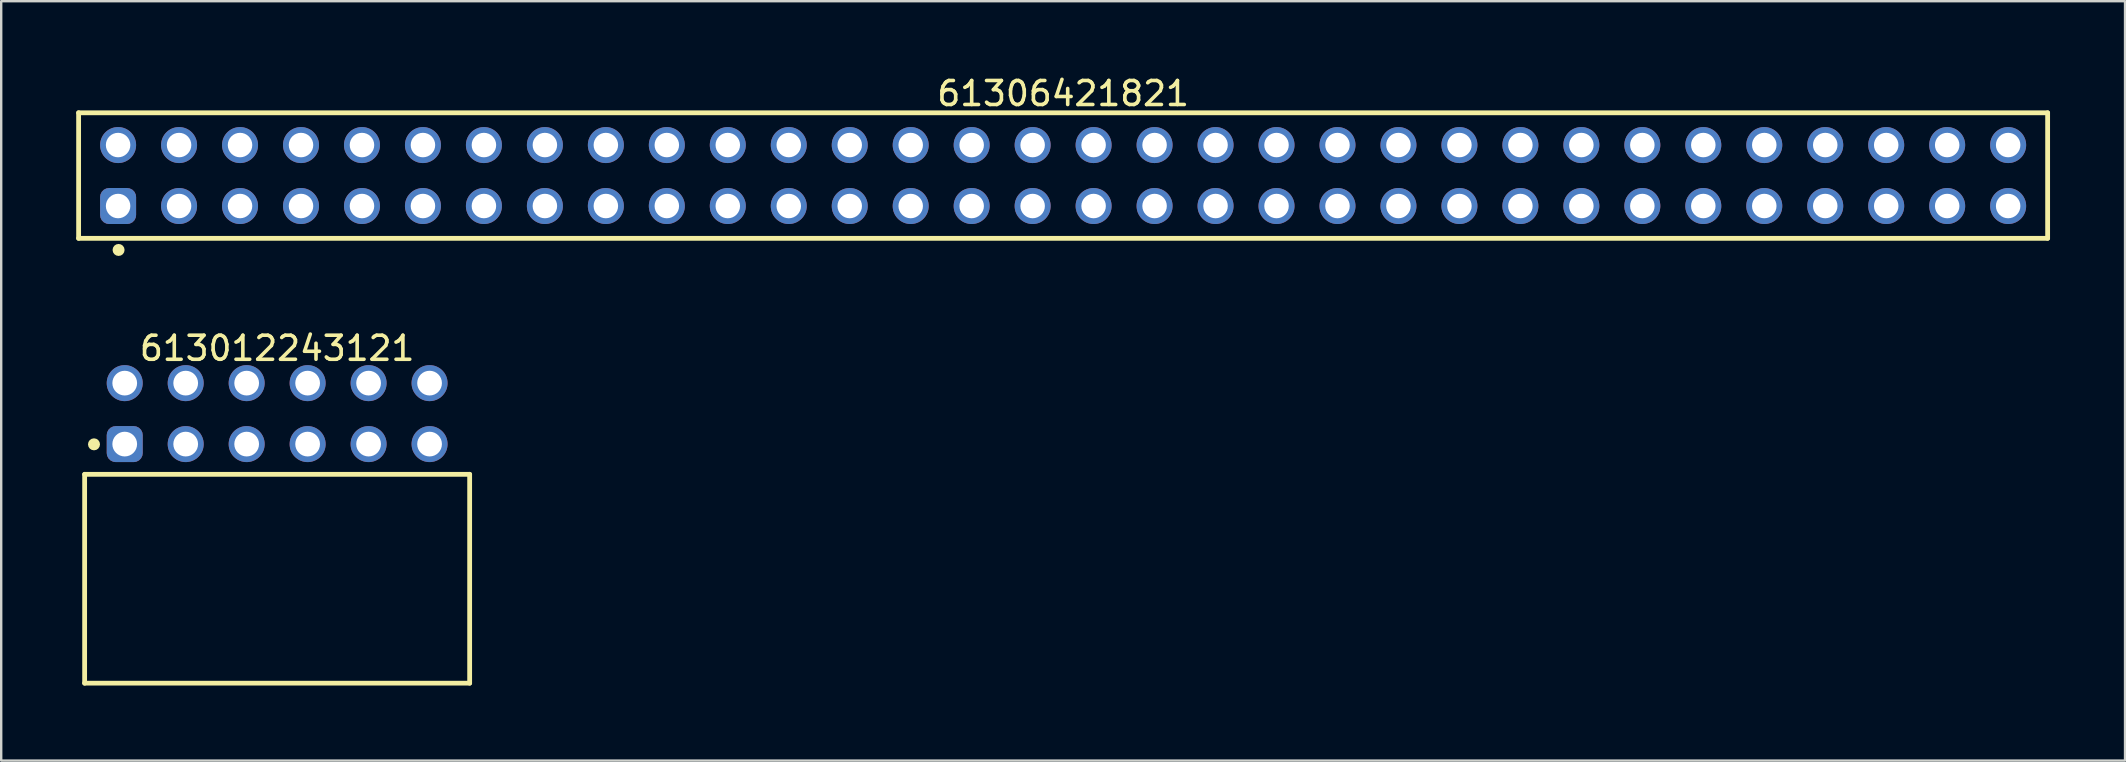
<source format=kicad_pcb>
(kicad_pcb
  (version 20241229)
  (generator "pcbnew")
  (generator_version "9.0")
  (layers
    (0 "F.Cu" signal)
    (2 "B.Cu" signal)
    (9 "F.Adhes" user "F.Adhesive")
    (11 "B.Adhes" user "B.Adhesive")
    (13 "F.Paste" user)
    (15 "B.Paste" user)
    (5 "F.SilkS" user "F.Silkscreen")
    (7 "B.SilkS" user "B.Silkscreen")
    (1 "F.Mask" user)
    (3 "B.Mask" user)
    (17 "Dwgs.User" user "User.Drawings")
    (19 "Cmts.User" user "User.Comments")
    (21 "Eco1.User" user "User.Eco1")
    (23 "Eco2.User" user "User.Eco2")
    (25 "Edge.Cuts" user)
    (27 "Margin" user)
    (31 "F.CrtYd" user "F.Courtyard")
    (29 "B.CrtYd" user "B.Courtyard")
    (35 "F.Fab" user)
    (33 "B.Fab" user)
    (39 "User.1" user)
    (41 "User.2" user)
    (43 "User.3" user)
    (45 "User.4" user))
  (footprint "61306421821"
    (layer "F.Cu")
    (at 41.24 4.263)
    (property "Reference" "61306421821" (at 0 -3.415 0) (layer "F.SilkS") (effects (font (size 1 1) (thickness 0.15))))
    (fp_line (start -41.015 -2.615) (end 41.015 -2.615) (stroke (width 0.2) (type solid)) (layer "F.SilkS"))
    (fp_line (start -41.015 2.615) (end -41.015 -2.615) (stroke (width 0.2) (type solid)) (layer "F.SilkS"))
    (fp_line (start -41.015 2.615) (end 41.015 2.615) (stroke (width 0.2) (type solid)) (layer "F.SilkS"))
    (fp_line (start 41.015 2.615) (end 41.015 -2.615) (stroke (width 0.2) (type solid)) (layer "F.SilkS"))
    (fp_circle (center -39.35 3.1) (end -39.35 2.975) (stroke (width 0.25) (type solid)) (fill no) (layer "F.SilkS"))
    (fp_line (start -41.215 -2.815) (end 41.215 -2.815) (stroke (width 0.05) (type solid)) (layer "Eco2.User"))
    (fp_line (start -41.215 2.815) (end -41.215 -2.815) (stroke (width 0.05) (type solid)) (layer "Eco2.User"))
    (fp_line (start -41.215 2.815) (end 41.215 2.815) (stroke (width 0.05) (type solid)) (layer "Eco2.User"))
    (fp_line (start -40.89 -2.54) (end 40.89 -2.54) (stroke (width 0.1) (type solid)) (layer "Eco2.User"))
    (fp_line (start -40.89 2.54) (end -40.89 -2.54) (stroke (width 0.1) (type solid)) (layer "Eco2.User"))
    (fp_line (start -40.89 2.54) (end 40.89 2.54) (stroke (width 0.1) (type solid)) (layer "Eco2.User"))
    (fp_line (start -0.5 0) (end 0.5 0) (stroke (width 0.05) (type solid)) (layer "Eco2.User"))
    (fp_line (start 0 0.5) (end 0 -0.5) (stroke (width 0.05) (type solid)) (layer "Eco2.User"))
    (fp_line (start 40.89 2.54) (end 40.89 -2.54) (stroke (width 0.1) (type solid)) (layer "Eco2.User"))
    (fp_line (start 41.215 2.815) (end 41.215 -2.815) (stroke (width 0.05) (type solid)) (layer "Eco2.User"))
    (fp_text user "${REFERENCE}" (at 0.15 -0.197 0) (unlocked yes) (layer "User.3") (effects (font (size 1.5 1.5) (thickness 0.15))))
    (pad "1" thru_hole roundrect (at -39.37 1.27) (size 1.5 1.5) (drill 1.02) (layers "*.Cu" "*.Mask") (roundrect_rratio 0.25))
    (pad "2" thru_hole circle (at -39.37 -1.27) (size 1.5 1.5) (drill 1.02) (layers "*.Cu" "*.Mask"))
    (pad "3" thru_hole circle (at -36.83 1.27) (size 1.5 1.5) (drill 1.02) (layers "*.Cu" "*.Mask"))
    (pad "4" thru_hole circle (at -36.83 -1.27) (size 1.5 1.5) (drill 1.02) (layers "*.Cu" "*.Mask"))
    (pad "5" thru_hole circle (at -34.29 1.27) (size 1.5 1.5) (drill 1.02) (layers "*.Cu" "*.Mask"))
    (pad "6" thru_hole circle (at -34.29 -1.27) (size 1.5 1.5) (drill 1.02) (layers "*.Cu" "*.Mask"))
    (pad "7" thru_hole circle (at -31.75 1.27) (size 1.5 1.5) (drill 1.02) (layers "*.Cu" "*.Mask"))
    (pad "8" thru_hole circle (at -31.75 -1.27) (size 1.5 1.5) (drill 1.02) (layers "*.Cu" "*.Mask"))
    (pad "9" thru_hole circle (at -29.21 1.27) (size 1.5 1.5) (drill 1.02) (layers "*.Cu" "*.Mask"))
    (pad "10" thru_hole circle (at -29.21 -1.27) (size 1.5 1.5) (drill 1.02) (layers "*.Cu" "*.Mask"))
    (pad "11" thru_hole circle (at -26.67 1.27) (size 1.5 1.5) (drill 1.02) (layers "*.Cu" "*.Mask"))
    (pad "12" thru_hole circle (at -26.67 -1.27) (size 1.5 1.5) (drill 1.02) (layers "*.Cu" "*.Mask"))
    (pad "13" thru_hole circle (at -24.13 1.27) (size 1.5 1.5) (drill 1.02) (layers "*.Cu" "*.Mask"))
    (pad "14" thru_hole circle (at -24.13 -1.27) (size 1.5 1.5) (drill 1.02) (layers "*.Cu" "*.Mask"))
    (pad "15" thru_hole circle (at -21.59 1.27) (size 1.5 1.5) (drill 1.02) (layers "*.Cu" "*.Mask"))
    (pad "16" thru_hole circle (at -21.59 -1.27) (size 1.5 1.5) (drill 1.02) (layers "*.Cu" "*.Mask"))
    (pad "17" thru_hole circle (at -19.05 1.27) (size 1.5 1.5) (drill 1.02) (layers "*.Cu" "*.Mask"))
    (pad "18" thru_hole circle (at -19.05 -1.27) (size 1.5 1.5) (drill 1.02) (layers "*.Cu" "*.Mask"))
    (pad "19" thru_hole circle (at -16.51 1.27) (size 1.5 1.5) (drill 1.02) (layers "*.Cu" "*.Mask"))
    (pad "20" thru_hole circle (at -16.51 -1.27) (size 1.5 1.5) (drill 1.02) (layers "*.Cu" "*.Mask"))
    (pad "21" thru_hole circle (at -13.97 1.27) (size 1.5 1.5) (drill 1.02) (layers "*.Cu" "*.Mask"))
    (pad "22" thru_hole circle (at -13.97 -1.27) (size 1.5 1.5) (drill 1.02) (layers "*.Cu" "*.Mask"))
    (pad "23" thru_hole circle (at -11.43 1.27) (size 1.5 1.5) (drill 1.02) (layers "*.Cu" "*.Mask"))
    (pad "24" thru_hole circle (at -11.43 -1.27) (size 1.5 1.5) (drill 1.02) (layers "*.Cu" "*.Mask"))
    (pad "25" thru_hole circle (at -8.89 1.27) (size 1.5 1.5) (drill 1.02) (layers "*.Cu" "*.Mask"))
    (pad "26" thru_hole circle (at -8.89 -1.27) (size 1.5 1.5) (drill 1.02) (layers "*.Cu" "*.Mask"))
    (pad "27" thru_hole circle (at -6.35 1.27) (size 1.5 1.5) (drill 1.02) (layers "*.Cu" "*.Mask"))
    (pad "28" thru_hole circle (at -6.35 -1.27) (size 1.5 1.5) (drill 1.02) (layers "*.Cu" "*.Mask"))
    (pad "29" thru_hole circle (at -3.81 1.27) (size 1.5 1.5) (drill 1.02) (layers "*.Cu" "*.Mask"))
    (pad "30" thru_hole circle (at -3.81 -1.27) (size 1.5 1.5) (drill 1.02) (layers "*.Cu" "*.Mask"))
    (pad "31" thru_hole circle (at -1.27 1.27) (size 1.5 1.5) (drill 1.02) (layers "*.Cu" "*.Mask"))
    (pad "32" thru_hole circle (at -1.27 -1.27) (size 1.5 1.5) (drill 1.02) (layers "*.Cu" "*.Mask"))
    (pad "33" thru_hole circle (at 1.27 1.27) (size 1.5 1.5) (drill 1.02) (layers "*.Cu" "*.Mask"))
    (pad "34" thru_hole circle (at 1.27 -1.27) (size 1.5 1.5) (drill 1.02) (layers "*.Cu" "*.Mask"))
    (pad "35" thru_hole circle (at 3.81 1.27) (size 1.5 1.5) (drill 1.02) (layers "*.Cu" "*.Mask"))
    (pad "36" thru_hole circle (at 3.81 -1.27) (size 1.5 1.5) (drill 1.02) (layers "*.Cu" "*.Mask"))
    (pad "37" thru_hole circle (at 6.35 1.27) (size 1.5 1.5) (drill 1.02) (layers "*.Cu" "*.Mask"))
    (pad "38" thru_hole circle (at 6.35 -1.27) (size 1.5 1.5) (drill 1.02) (layers "*.Cu" "*.Mask"))
    (pad "39" thru_hole circle (at 8.89 1.27) (size 1.5 1.5) (drill 1.02) (layers "*.Cu" "*.Mask"))
    (pad "40" thru_hole circle (at 8.89 -1.27) (size 1.5 1.5) (drill 1.02) (layers "*.Cu" "*.Mask"))
    (pad "41" thru_hole circle (at 11.43 1.27) (size 1.5 1.5) (drill 1.02) (layers "*.Cu" "*.Mask"))
    (pad "42" thru_hole circle (at 11.43 -1.27) (size 1.5 1.5) (drill 1.02) (layers "*.Cu" "*.Mask"))
    (pad "43" thru_hole circle (at 13.97 1.27) (size 1.5 1.5) (drill 1.02) (layers "*.Cu" "*.Mask"))
    (pad "44" thru_hole circle (at 13.97 -1.27) (size 1.5 1.5) (drill 1.02) (layers "*.Cu" "*.Mask"))
    (pad "45" thru_hole circle (at 16.51 1.27) (size 1.5 1.5) (drill 1.02) (layers "*.Cu" "*.Mask"))
    (pad "46" thru_hole circle (at 16.51 -1.27) (size 1.5 1.5) (drill 1.02) (layers "*.Cu" "*.Mask"))
    (pad "47" thru_hole circle (at 19.05 1.27) (size 1.5 1.5) (drill 1.02) (layers "*.Cu" "*.Mask"))
    (pad "48" thru_hole circle (at 19.05 -1.27) (size 1.5 1.5) (drill 1.02) (layers "*.Cu" "*.Mask"))
    (pad "49" thru_hole circle (at 21.59 1.27) (size 1.5 1.5) (drill 1.02) (layers "*.Cu" "*.Mask"))
    (pad "50" thru_hole circle (at 21.59 -1.27) (size 1.5 1.5) (drill 1.02) (layers "*.Cu" "*.Mask"))
    (pad "51" thru_hole circle (at 24.13 1.27) (size 1.5 1.5) (drill 1.02) (layers "*.Cu" "*.Mask"))
    (pad "52" thru_hole circle (at 24.13 -1.27) (size 1.5 1.5) (drill 1.02) (layers "*.Cu" "*.Mask"))
    (pad "53" thru_hole circle (at 26.67 1.27) (size 1.5 1.5) (drill 1.02) (layers "*.Cu" "*.Mask"))
    (pad "54" thru_hole circle (at 26.67 -1.27) (size 1.5 1.5) (drill 1.02) (layers "*.Cu" "*.Mask"))
    (pad "55" thru_hole circle (at 29.21 1.27) (size 1.5 1.5) (drill 1.02) (layers "*.Cu" "*.Mask"))
    (pad "56" thru_hole circle (at 29.21 -1.27) (size 1.5 1.5) (drill 1.02) (layers "*.Cu" "*.Mask"))
    (pad "57" thru_hole circle (at 31.75 1.27) (size 1.5 1.5) (drill 1.02) (layers "*.Cu" "*.Mask"))
    (pad "58" thru_hole circle (at 31.75 -1.27) (size 1.5 1.5) (drill 1.02) (layers "*.Cu" "*.Mask"))
    (pad "59" thru_hole circle (at 34.29 1.27) (size 1.5 1.5) (drill 1.02) (layers "*.Cu" "*.Mask"))
    (pad "60" thru_hole circle (at 34.29 -1.27) (size 1.5 1.5) (drill 1.02) (layers "*.Cu" "*.Mask"))
    (pad "61" thru_hole circle (at 36.83 1.27) (size 1.5 1.5) (drill 1.02) (layers "*.Cu" "*.Mask"))
    (pad "62" thru_hole circle (at 36.83 -1.27) (size 1.5 1.5) (drill 1.02) (layers "*.Cu" "*.Mask"))
    (pad "63" thru_hole circle (at 39.37 1.27) (size 1.5 1.5) (drill 1.02) (layers "*.Cu" "*.Mask"))
    (pad "64" thru_hole circle (at 39.37 -1.27) (size 1.5 1.5) (drill 1.02) (layers "*.Cu" "*.Mask")))
  (footprint "613012243121"
    (layer "F.Cu")
    (at 8.496 21.061)
    (property "Reference" "613012243121" (at 0 -9.6 0) (layer "F.SilkS") (effects (font (size 1 1) (thickness 0.15))))
    (fp_line (start -8.02 -4.35) (end 8.02 -4.35) (stroke (width 0.2) (type solid)) (layer "F.SilkS"))
    (fp_line (start -8.02 4.35) (end -8.02 -4.35) (stroke (width 0.2) (type solid)) (layer "F.SilkS"))
    (fp_line (start -8.02 4.35) (end 8.02 4.35) (stroke (width 0.2) (type solid)) (layer "F.SilkS"))
    (fp_line (start 8.02 4.35) (end 8.02 -4.35) (stroke (width 0.2) (type solid)) (layer "F.SilkS"))
    (fp_circle (center -7.63 -5.6) (end -7.63 -5.725) (stroke (width 0.25) (type solid)) (fill no) (layer "F.SilkS"))
    (fp_line (start -8.22 -9.1) (end 8.22 -9.1) (stroke (width 0.05) (type solid)) (layer "Eco2.User"))
    (fp_line (start -8.22 4.55) (end -8.22 -9.1) (stroke (width 0.05) (type solid)) (layer "Eco2.User"))
    (fp_line (start -8.22 4.55) (end 8.22 4.55) (stroke (width 0.05) (type solid)) (layer "Eco2.User"))
    (fp_line (start -7.87 -4.25) (end 7.87 -4.25) (stroke (width 0.1) (type solid)) (layer "Eco2.User"))
    (fp_line (start -7.87 4.25) (end -7.87 -4.25) (stroke (width 0.1) (type solid)) (layer "Eco2.User"))
    (fp_line (start -7.87 4.25) (end 7.87 4.25) (stroke (width 0.1) (type solid)) (layer "Eco2.User"))
    (fp_line (start -6.72 -8.35) (end -5.98 -8.35) (stroke (width 0.1) (type solid)) (layer "Eco2.User"))
    (fp_line (start -6.72 -5.81) (end -5.98 -5.81) (stroke (width 0.1) (type solid)) (layer "Eco2.User"))
    (fp_line (start -6.72 -4.25) (end -6.72 -8.35) (stroke (width 0.1) (type solid)) (layer "Eco2.User"))
    (fp_line (start -5.98 -4.25) (end -5.98 -8.35) (stroke (width 0.1) (type solid)) (layer "Eco2.User"))
    (fp_line (start -4.18 -8.35) (end -3.44 -8.35) (stroke (width 0.1) (type solid)) (layer "Eco2.User"))
    (fp_line (start -4.18 -5.81) (end -3.44 -5.81) (stroke (width 0.1) (type solid)) (layer "Eco2.User"))
    (fp_line (start -4.18 -4.25) (end -4.18 -8.35) (stroke (width 0.1) (type solid)) (layer "Eco2.User"))
    (fp_line (start -3.44 -4.25) (end -3.44 -8.35) (stroke (width 0.1) (type solid)) (layer "Eco2.User"))
    (fp_line (start -1.64 -8.35) (end -0.9 -8.35) (stroke (width 0.1) (type solid)) (layer "Eco2.User"))
    (fp_line (start -1.64 -5.81) (end -0.9 -5.81) (stroke (width 0.1) (type solid)) (layer "Eco2.User"))
    (fp_line (start -1.64 -4.25) (end -1.64 -8.35) (stroke (width 0.1) (type solid)) (layer "Eco2.User"))
    (fp_line (start -0.9 -4.25) (end -0.9 -8.35) (stroke (width 0.1) (type solid)) (layer "Eco2.User"))
    (fp_line (start -0.5 0) (end 0.5 0) (stroke (width 0.05) (type solid)) (layer "Eco2.User"))
    (fp_line (start 0 0.5) (end 0 -0.5) (stroke (width 0.05) (type solid)) (layer "Eco2.User"))
    (fp_line (start 0.9 -8.35) (end 1.64 -8.35) (stroke (width 0.1) (type solid)) (layer "Eco2.User"))
    (fp_line (start 0.9 -5.81) (end 1.64 -5.81) (stroke (width 0.1) (type solid)) (layer "Eco2.User"))
    (fp_line (start 0.9 -4.25) (end 0.9 -8.35) (stroke (width 0.1) (type solid)) (layer "Eco2.User"))
    (fp_line (start 1.64 -4.25) (end 1.64 -8.35) (stroke (width 0.1) (type solid)) (layer "Eco2.User"))
    (fp_line (start 3.44 -8.35) (end 4.18 -8.35) (stroke (width 0.1) (type solid)) (layer "Eco2.User"))
    (fp_line (start 3.44 -5.81) (end 4.18 -5.81) (stroke (width 0.1) (type solid)) (layer "Eco2.User"))
    (fp_line (start 3.44 -4.25) (end 3.44 -8.35) (stroke (width 0.1) (type solid)) (layer "Eco2.User"))
    (fp_line (start 4.18 -4.25) (end 4.18 -8.35) (stroke (width 0.1) (type solid)) (layer "Eco2.User"))
    (fp_line (start 5.98 -8.35) (end 6.72 -8.35) (stroke (width 0.1) (type solid)) (layer "Eco2.User"))
    (fp_line (start 5.98 -5.81) (end 6.72 -5.81) (stroke (width 0.1) (type solid)) (layer "Eco2.User"))
    (fp_line (start 5.98 -4.25) (end 5.98 -8.35) (stroke (width 0.1) (type solid)) (layer "Eco2.User"))
    (fp_line (start 6.72 -4.25) (end 6.72 -8.35) (stroke (width 0.1) (type solid)) (layer "Eco2.User"))
    (fp_line (start 7.87 4.25) (end 7.87 -4.25) (stroke (width 0.1) (type solid)) (layer "Eco2.User"))
    (fp_line (start 8.22 4.55) (end 8.22 -9.1) (stroke (width 0.05) (type solid)) (layer "Eco2.User"))
    (fp_text user "${REFERENCE}" (at 0.15 -0.197 0) (unlocked yes) (layer "User.3") (effects (font (size 1.5 1.5) (thickness 0.15))))
    (pad "1" thru_hole roundrect (at -6.35 -5.61) (size 1.5 1.5) (drill 1.03) (layers "*.Cu" "*.Mask") (roundrect_rratio 0.25))
    (pad "2" thru_hole circle (at -6.35 -8.15) (size 1.5 1.5) (drill 1.03) (layers "*.Cu" "*.Mask"))
    (pad "3" thru_hole circle (at -3.81 -5.61) (size 1.5 1.5) (drill 1.03) (layers "*.Cu" "*.Mask"))
    (pad "4" thru_hole circle (at -3.81 -8.15) (size 1.5 1.5) (drill 1.03) (layers "*.Cu" "*.Mask"))
    (pad "5" thru_hole circle (at -1.27 -5.61) (size 1.5 1.5) (drill 1.03) (layers "*.Cu" "*.Mask"))
    (pad "6" thru_hole circle (at -1.27 -8.15) (size 1.5 1.5) (drill 1.03) (layers "*.Cu" "*.Mask"))
    (pad "7" thru_hole circle (at 1.27 -5.61) (size 1.5 1.5) (drill 1.03) (layers "*.Cu" "*.Mask"))
    (pad "8" thru_hole circle (at 1.27 -8.15) (size 1.5 1.5) (drill 1.03) (layers "*.Cu" "*.Mask"))
    (pad "9" thru_hole circle (at 3.81 -5.61) (size 1.5 1.5) (drill 1.03) (layers "*.Cu" "*.Mask"))
    (pad "10" thru_hole circle (at 3.81 -8.15) (size 1.5 1.5) (drill 1.03) (layers "*.Cu" "*.Mask"))
    (pad "11" thru_hole circle (at 6.35 -5.61) (size 1.5 1.5) (drill 1.03) (layers "*.Cu" "*.Mask"))
    (pad "12" thru_hole circle (at 6.35 -8.15) (size 1.5 1.5) (drill 1.03) (layers "*.Cu" "*.Mask")))
  (gr_rect
    (start -3 -3)
    (end 85.48 28.637)
    (stroke (width 0.1) (type default))
    (fill no)
    (layer "Edge.Cuts")))
</source>
